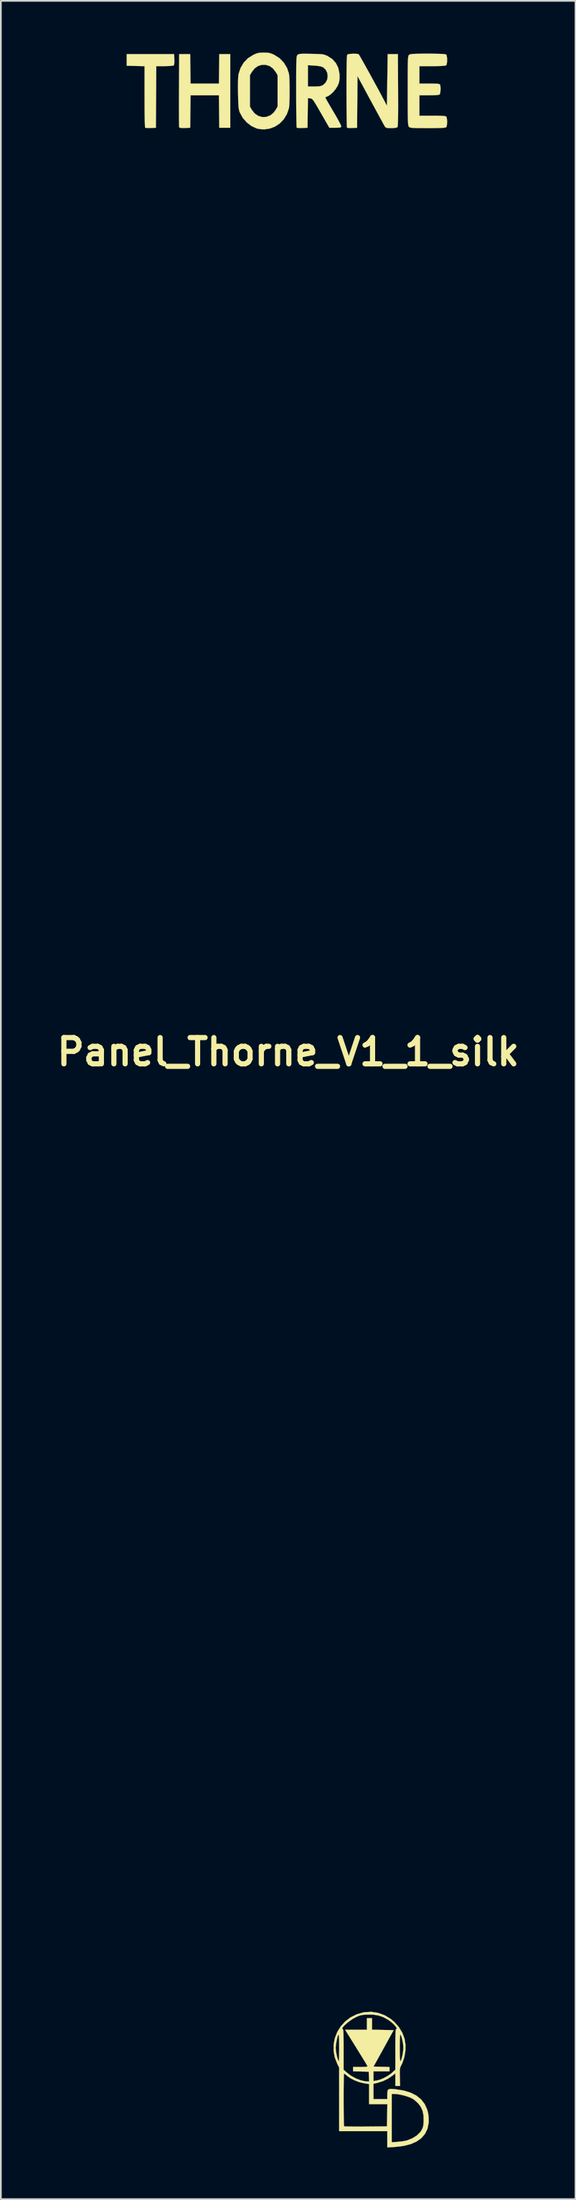
<source format=kicad_pcb>
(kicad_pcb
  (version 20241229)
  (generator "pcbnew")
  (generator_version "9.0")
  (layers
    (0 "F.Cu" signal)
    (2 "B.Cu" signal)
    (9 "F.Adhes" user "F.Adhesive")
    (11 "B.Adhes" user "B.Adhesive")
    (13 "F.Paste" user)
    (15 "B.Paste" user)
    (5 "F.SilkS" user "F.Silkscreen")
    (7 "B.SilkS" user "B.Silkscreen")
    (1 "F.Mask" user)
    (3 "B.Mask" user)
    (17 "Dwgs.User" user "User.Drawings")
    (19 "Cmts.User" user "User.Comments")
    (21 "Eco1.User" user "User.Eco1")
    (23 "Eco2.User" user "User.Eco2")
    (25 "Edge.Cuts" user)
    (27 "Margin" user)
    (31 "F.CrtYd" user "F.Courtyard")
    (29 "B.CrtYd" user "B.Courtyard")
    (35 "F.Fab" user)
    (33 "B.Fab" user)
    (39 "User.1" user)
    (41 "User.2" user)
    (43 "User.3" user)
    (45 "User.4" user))
  (footprint "Panel_Thorne_V1_1_silk"
    (layer "F.Cu")
    (at 13.687 58.023)
    (property "Reference" "Panel_Thorne_V1_1_silk" (at 0 0 0) (layer "F.SilkS") (effects (font (size 1.524 1.524) (thickness 0.3))))
    (attr through_hole)
    (fp_poly (pts (xy -5.671 -56.219) (xy -4.023 -56.219) (xy -4 -57.933) (xy -3.365 -57.933) (xy -3.365 -53.657) (xy -4 -53.657) (xy -4.023 -55.541) (xy -5.671 -55.541) (xy -5.694 -53.657) (xy -6.001 -53.645) (xy -6.179 -53.643) (xy -6.284 -53.656) (xy -6.329 -53.685) (xy -6.33 -53.687) (xy -6.334 -53.739) (xy -6.337 -53.868) (xy -6.34 -54.064) (xy -6.341 -54.32) (xy -6.342 -54.627) (xy -6.343 -54.978) (xy -6.342 -55.363) (xy -6.34 -55.774) (xy -6.34 -55.838) (xy -6.329 -57.933) (xy -5.694 -57.933) (xy -5.671 -56.219)) (stroke (width 0.01) (type solid)) (fill yes) (layer "F.SilkS"))
    (fp_poly (pts (xy -6.613 -57.619) (xy -6.611 -57.433) (xy -6.625 -57.32) (xy -6.655 -57.271) (xy -6.718 -57.257) (xy -6.845 -57.245) (xy -7.018 -57.238) (xy -7.186 -57.235) (xy -7.661 -57.235) (xy -7.672 -55.446) (xy -7.684 -53.657) (xy -7.982 -53.645) (xy -8.134 -53.643) (xy -8.251 -53.649) (xy -8.309 -53.662) (xy -8.31 -53.663) (xy -8.316 -53.71) (xy -8.322 -53.833) (xy -8.327 -54.023) (xy -8.332 -54.271) (xy -8.336 -54.567) (xy -8.338 -54.904) (xy -8.339 -55.271) (xy -8.34 -55.462) (xy -8.34 -57.232) (xy -8.858 -57.244) (xy -9.377 -57.256) (xy -9.377 -57.933) (xy -6.625 -57.933) (xy -6.613 -57.619)) (stroke (width 0.01) (type solid)) (fill yes) (layer "F.SilkS"))
    (fp_poly (pts (xy 3.922 -57.951) (xy 4.04 -57.939) (xy 4.091 -57.922) (xy 4.119 -57.88) (xy 4.183 -57.773) (xy 4.277 -57.609) (xy 4.395 -57.4) (xy 4.533 -57.153) (xy 4.685 -56.878) (xy 4.846 -56.585) (xy 5.011 -56.283) (xy 5.176 -55.981) (xy 5.333 -55.689) (xy 5.479 -55.415) (xy 5.609 -55.17) (xy 5.614 -55.16) (xy 5.736 -54.928) (xy 5.757 -56.43) (xy 5.779 -57.933) (xy 6.371 -57.933) (xy 6.382 -55.842) (xy 6.384 -55.321) (xy 6.385 -54.88) (xy 6.383 -54.515) (xy 6.38 -54.222) (xy 6.374 -53.998) (xy 6.367 -53.838) (xy 6.357 -53.739) (xy 6.346 -53.695) (xy 6.345 -53.694) (xy 6.271 -53.658) (xy 6.122 -53.64) (xy 5.986 -53.636) (xy 5.821 -53.639) (xy 5.72 -53.651) (xy 5.659 -53.679) (xy 5.617 -53.726) (xy 5.614 -53.732) (xy 5.581 -53.789) (xy 5.512 -53.913) (xy 5.413 -54.094) (xy 5.288 -54.322) (xy 5.143 -54.59) (xy 4.981 -54.888) (xy 4.808 -55.208) (xy 4.788 -55.244) (xy 4.023 -56.661) (xy 4.012 -55.159) (xy 4 -53.657) (xy 3.724 -53.645) (xy 3.577 -53.643) (xy 3.466 -53.65) (xy 3.417 -53.663) (xy 3.411 -53.71) (xy 3.405 -53.833) (xy 3.4 -54.025) (xy 3.396 -54.277) (xy 3.392 -54.58) (xy 3.389 -54.927) (xy 3.387 -55.309) (xy 3.387 -55.717) (xy 3.387 -55.773) (xy 3.387 -56.28) (xy 3.389 -56.707) (xy 3.392 -57.06) (xy 3.396 -57.343) (xy 3.402 -57.563) (xy 3.41 -57.724) (xy 3.419 -57.831) (xy 3.43 -57.89) (xy 3.437 -57.904) (xy 3.504 -57.929) (xy 3.626 -57.945) (xy 3.775 -57.953) (xy 3.922 -57.951)) (stroke (width 0.01) (type solid)) (fill yes) (layer "F.SilkS"))
    (fp_poly (pts (xy -1.229 -58.013) (xy -1.087 -57.994) (xy -0.954 -57.952) (xy -0.795 -57.879) (xy -0.493 -57.685) (xy -0.249 -57.43) (xy -0.066 -57.123) (xy 0.041 -56.803) (xy 0.056 -56.69) (xy 0.068 -56.51) (xy 0.076 -56.28) (xy 0.08 -56.019) (xy 0.081 -55.744) (xy 0.079 -55.472) (xy 0.073 -55.22) (xy 0.064 -55.007) (xy 0.051 -54.85) (xy 0.041 -54.788) (xy -0.077 -54.447) (xy -0.257 -54.151) (xy -0.491 -53.906) (xy -0.77 -53.722) (xy -1.084 -53.606) (xy -1.344 -53.568) (xy -1.588 -53.572) (xy -1.8 -53.608) (xy -1.826 -53.615) (xy -2.132 -53.756) (xy -2.407 -53.966) (xy -2.636 -54.23) (xy -2.805 -54.535) (xy -2.813 -54.556) (xy -2.842 -54.637) (xy -2.863 -54.731) (xy -2.88 -54.852) (xy -2.892 -55.011) (xy -2.901 -55.223) (xy -2.908 -55.5) (xy -2.911 -55.657) (xy -2.915 -55.992) (xy -2.913 -56.284) (xy -2.906 -56.522) (xy -2.894 -56.695) (xy -2.892 -56.706) (xy -2.223 -56.706) (xy -2.223 -54.885) (xy -2.106 -54.686) (xy -1.943 -54.482) (xy -1.742 -54.344) (xy -1.516 -54.277) (xy -1.28 -54.284) (xy -1.048 -54.369) (xy -1.031 -54.378) (xy -0.859 -54.518) (xy -0.731 -54.685) (xy -0.614 -54.885) (xy -0.614 -56.706) (xy -0.731 -56.905) (xy -0.894 -57.109) (xy -1.092 -57.245) (xy -1.311 -57.311) (xy -1.537 -57.31) (xy -1.755 -57.24) (xy -1.951 -57.101) (xy -2.105 -56.905) (xy -2.223 -56.706) (xy -2.892 -56.706) (xy -2.883 -56.768) (xy -2.767 -57.126) (xy -2.585 -57.434) (xy -2.341 -57.687) (xy -2.041 -57.879) (xy -1.881 -57.952) (xy -1.748 -57.994) (xy -1.606 -58.013) (xy -1.418 -58.018) (xy -1.229 -58.013)) (stroke (width 0.01) (type solid)) (fill yes) (layer "F.SilkS"))
    (fp_poly (pts (xy 8.466 -57.953) (xy 8.741 -57.948) (xy 8.944 -57.941) (xy 9.081 -57.929) (xy 9.158 -57.914) (xy 9.178 -57.904) (xy 9.206 -57.835) (xy 9.224 -57.711) (xy 9.229 -57.595) (xy 9.221 -57.446) (xy 9.2 -57.332) (xy 9.178 -57.285) (xy 9.124 -57.265) (xy 9.005 -57.25) (xy 8.816 -57.24) (xy 8.551 -57.235) (xy 8.374 -57.235) (xy 7.62 -57.235) (xy 7.62 -56.219) (xy 8.208 -56.219) (xy 8.447 -56.217) (xy 8.615 -56.212) (xy 8.724 -56.203) (xy 8.787 -56.186) (xy 8.817 -56.162) (xy 8.822 -56.152) (xy 8.842 -56.051) (xy 8.848 -55.913) (xy 8.841 -55.77) (xy 8.822 -55.651) (xy 8.797 -55.592) (xy 8.73 -55.568) (xy 8.586 -55.551) (xy 8.362 -55.543) (xy 8.183 -55.541) (xy 7.62 -55.541) (xy 7.62 -54.356) (xy 8.374 -54.356) (xy 8.682 -54.354) (xy 8.912 -54.347) (xy 9.068 -54.335) (xy 9.156 -54.317) (xy 9.178 -54.305) (xy 9.206 -54.237) (xy 9.224 -54.112) (xy 9.229 -53.996) (xy 9.221 -53.847) (xy 9.2 -53.733) (xy 9.178 -53.687) (xy 9.132 -53.67) (xy 9.03 -53.656) (xy 8.866 -53.646) (xy 8.632 -53.64) (xy 8.325 -53.637) (xy 8.105 -53.636) (xy 7.782 -53.637) (xy 7.534 -53.639) (xy 7.349 -53.643) (xy 7.217 -53.65) (xy 7.127 -53.66) (xy 7.069 -53.675) (xy 7.033 -53.695) (xy 7.013 -53.714) (xy 6.996 -53.738) (xy 6.983 -53.777) (xy 6.972 -53.838) (xy 6.963 -53.927) (xy 6.956 -54.053) (xy 6.951 -54.223) (xy 6.947 -54.443) (xy 6.945 -54.722) (xy 6.943 -55.065) (xy 6.943 -55.481) (xy 6.943 -55.803) (xy 6.943 -56.269) (xy 6.943 -56.657) (xy 6.945 -56.976) (xy 6.947 -57.231) (xy 6.951 -57.432) (xy 6.956 -57.584) (xy 6.963 -57.696) (xy 6.973 -57.774) (xy 6.984 -57.826) (xy 6.999 -57.859) (xy 7.016 -57.88) (xy 7.02 -57.884) (xy 7.054 -57.907) (xy 7.106 -57.924) (xy 7.188 -57.936) (xy 7.31 -57.945) (xy 7.481 -57.95) (xy 7.714 -57.953) (xy 8.018 -57.954) (xy 8.112 -57.954) (xy 8.466 -57.953)) (stroke (width 0.01) (type solid)) (fill yes) (layer "F.SilkS"))
    (fp_poly (pts (xy 1.288 -57.948) (xy 1.341 -57.947) (xy 1.605 -57.941) (xy 1.8 -57.934) (xy 1.944 -57.924) (xy 2.052 -57.907) (xy 2.14 -57.882) (xy 2.226 -57.847) (xy 2.296 -57.814) (xy 2.566 -57.638) (xy 2.77 -57.41) (xy 2.907 -57.133) (xy 2.975 -56.808) (xy 2.982 -56.663) (xy 2.978 -56.472) (xy 2.96 -56.329) (xy 2.919 -56.2) (xy 2.866 -56.083) (xy 2.763 -55.914) (xy 2.627 -55.748) (xy 2.479 -55.606) (xy 2.337 -55.505) (xy 2.258 -55.472) (xy 2.182 -55.439) (xy 2.159 -55.409) (xy 2.18 -55.363) (xy 2.238 -55.255) (xy 2.327 -55.097) (xy 2.442 -54.9) (xy 2.574 -54.676) (xy 2.627 -54.586) (xy 2.765 -54.352) (xy 2.885 -54.138) (xy 2.982 -53.958) (xy 3.049 -53.822) (xy 3.081 -53.742) (xy 3.082 -53.73) (xy 3.062 -53.693) (xy 3.01 -53.671) (xy 2.907 -53.66) (xy 2.738 -53.658) (xy 2.73 -53.657) (xy 2.392 -53.657) (xy 1.905 -54.504) (xy 1.749 -54.775) (xy 1.628 -54.982) (xy 1.535 -55.132) (xy 1.465 -55.236) (xy 1.41 -55.303) (xy 1.365 -55.34) (xy 1.322 -55.358) (xy 1.281 -55.364) (xy 1.145 -55.377) (xy 1.133 -54.517) (xy 1.122 -53.657) (xy 0.824 -53.645) (xy 0.672 -53.643) (xy 0.555 -53.649) (xy 0.497 -53.662) (xy 0.496 -53.663) (xy 0.49 -53.71) (xy 0.484 -53.833) (xy 0.479 -54.025) (xy 0.475 -54.276) (xy 0.471 -54.579) (xy 0.468 -54.925) (xy 0.466 -55.306) (xy 0.466 -55.714) (xy 0.466 -55.753) (xy 0.466 -56.049) (xy 1.143 -56.049) (xy 1.513 -56.049) (xy 1.716 -56.054) (xy 1.858 -56.07) (xy 1.962 -56.102) (xy 2.019 -56.132) (xy 2.171 -56.269) (xy 2.263 -56.445) (xy 2.296 -56.642) (xy 2.271 -56.84) (xy 2.186 -57.018) (xy 2.042 -57.158) (xy 2.021 -57.171) (xy 1.878 -57.223) (xy 1.653 -57.257) (xy 1.519 -57.267) (xy 1.143 -57.289) (xy 1.143 -56.049) (xy 0.466 -56.049) (xy 0.466 -56.225) (xy 0.466 -56.619) (xy 0.468 -56.942) (xy 0.47 -57.203) (xy 0.473 -57.408) (xy 0.478 -57.565) (xy 0.485 -57.681) (xy 0.494 -57.762) (xy 0.505 -57.817) (xy 0.519 -57.853) (xy 0.536 -57.877) (xy 0.547 -57.888) (xy 0.586 -57.915) (xy 0.641 -57.934) (xy 0.725 -57.946) (xy 0.852 -57.952) (xy 1.036 -57.952) (xy 1.288 -57.948)) (stroke (width 0.01) (type solid)) (fill yes) (layer "F.SilkS"))
    (fp_poly (pts (xy 5.228 55.791) (xy 5.604 55.929) (xy 5.955 56.139) (xy 6.156 56.307) (xy 6.421 56.606) (xy 6.627 56.946) (xy 6.757 57.293) (xy 6.811 57.634) (xy 6.805 58.002) (xy 6.743 58.368) (xy 6.628 58.702) (xy 6.579 58.801) (xy 6.534 58.89) (xy 6.504 58.971) (xy 6.487 59.066) (xy 6.481 59.193) (xy 6.482 59.373) (xy 6.485 59.513) (xy 6.498 60.029) (xy 6.361 60.029) (xy 6.223 60.029) (xy 6.223 59.302) (xy 6.064 59.425) (xy 5.793 59.61) (xy 5.512 59.747) (xy 5.19 59.849) (xy 5.069 59.878) (xy 4.953 59.903) (xy 4.953 60.791) (xy 5.757 60.791) (xy 5.757 60.518) (xy 5.758 60.494) (xy 6.011 60.494) (xy 6.011 63.3) (xy 6.361 63.276) (xy 6.558 63.256) (xy 6.754 63.226) (xy 6.909 63.191) (xy 6.921 63.187) (xy 7.217 63.067) (xy 7.471 62.907) (xy 7.665 62.719) (xy 7.724 62.636) (xy 7.792 62.514) (xy 7.833 62.4) (xy 7.856 62.263) (xy 7.868 62.079) (xy 7.861 61.747) (xy 7.806 61.473) (xy 7.698 61.238) (xy 7.574 61.072) (xy 7.445 60.943) (xy 7.302 60.824) (xy 7.221 60.769) (xy 7.053 60.691) (xy 6.832 60.615) (xy 6.592 60.552) (xy 6.365 60.509) (xy 6.195 60.494) (xy 6.011 60.494) (xy 5.758 60.494) (xy 5.762 60.368) (xy 5.787 60.271) (xy 5.846 60.22) (xy 5.954 60.203) (xy 6.125 60.211) (xy 6.214 60.22) (xy 6.692 60.295) (xy 7.102 60.417) (xy 7.443 60.589) (xy 7.718 60.811) (xy 7.928 61.083) (xy 8.073 61.407) (xy 8.13 61.63) (xy 8.158 61.866) (xy 8.16 62.116) (xy 8.156 62.177) (xy 8.087 62.517) (xy 7.946 62.81) (xy 7.736 63.057) (xy 7.457 63.257) (xy 7.108 63.409) (xy 6.691 63.514) (xy 6.206 63.571) (xy 6.191 63.572) (xy 5.757 63.597) (xy 5.757 62.653) (xy 2.963 62.653) (xy 2.963 60.726) (xy 3.218 60.726) (xy 3.218 61.037) (xy 3.22 61.341) (xy 3.222 61.627) (xy 3.226 61.882) (xy 3.23 62.095) (xy 3.235 62.255) (xy 3.242 62.35) (xy 3.246 62.372) (xy 3.294 62.379) (xy 3.416 62.384) (xy 3.601 62.388) (xy 3.838 62.391) (xy 4.117 62.391) (xy 4.425 62.39) (xy 4.506 62.389) (xy 5.736 62.378) (xy 5.76 61.087) (xy 4.699 61.087) (xy 4.699 59.92) (xy 4.406 59.874) (xy 4.129 59.808) (xy 3.848 59.701) (xy 3.594 59.568) (xy 3.421 59.442) (xy 3.327 59.364) (xy 3.26 59.316) (xy 3.243 59.309) (xy 3.237 59.349) (xy 3.231 59.463) (xy 3.226 59.638) (xy 3.223 59.864) (xy 3.22 60.128) (xy 3.218 60.419) (xy 3.218 60.726) (xy 2.963 60.726) (xy 2.963 58.968) (xy 2.857 58.758) (xy 2.708 58.377) (xy 2.638 57.992) (xy 2.64 57.807) (xy 2.758 57.807) (xy 2.767 57.961) (xy 2.785 58.081) (xy 2.826 58.287) (xy 2.869 58.45) (xy 2.909 58.555) (xy 2.941 58.589) (xy 2.948 58.549) (xy 2.954 58.437) (xy 2.959 58.267) (xy 2.962 58.052) (xy 2.963 57.804) (xy 2.963 57.798) (xy 2.961 57.49) (xy 2.954 57.265) (xy 2.942 57.122) (xy 2.923 57.059) (xy 2.898 57.076) (xy 2.866 57.171) (xy 2.826 57.342) (xy 2.805 57.445) (xy 2.77 57.648) (xy 2.758 57.807) (xy 2.64 57.807) (xy 2.642 57.609) (xy 2.716 57.239) (xy 2.855 56.89) (xy 2.967 56.711) (xy 3.135 56.711) (xy 3.15 56.719) (xy 3.17 56.731) (xy 3.186 56.764) (xy 3.198 56.828) (xy 3.206 56.93) (xy 3.212 57.081) (xy 3.215 57.289) (xy 3.217 57.564) (xy 3.217 57.912) (xy 3.217 59.09) (xy 3.418 59.267) (xy 3.664 59.449) (xy 3.944 59.601) (xy 4.234 59.71) (xy 4.506 59.767) (xy 4.585 59.772) (xy 4.703 59.775) (xy 4.69 59.489) (xy 4.678 59.203) (xy 4.223 59.191) (xy 3.768 59.179) (xy 3.768 58.928) (xy 4.196 58.928) (xy 4.395 58.926) (xy 4.522 58.918) (xy 4.588 58.902) (xy 4.604 58.878) (xy 4.602 58.872) (xy 4.575 58.823) (xy 4.509 58.712) (xy 4.41 58.548) (xy 4.283 58.342) (xy 4.135 58.102) (xy 3.972 57.839) (xy 3.944 57.793) (xy 3.307 56.769) (xy 4.572 56.769) (xy 4.572 56.092) (xy 4.868 56.092) (xy 4.868 56.767) (xy 6.124 56.79) (xy 5.54 57.849) (xy 4.955 58.907) (xy 5.42 58.919) (xy 5.884 58.931) (xy 5.884 59.182) (xy 4.953 59.182) (xy 4.953 59.743) (xy 5.122 59.721) (xy 5.321 59.67) (xy 5.55 59.575) (xy 5.779 59.449) (xy 5.978 59.31) (xy 6.03 59.265) (xy 6.223 59.087) (xy 6.223 57.91) (xy 6.223 57.827) (xy 6.477 57.827) (xy 6.479 58.134) (xy 6.484 58.36) (xy 6.495 58.507) (xy 6.511 58.58) (xy 6.534 58.582) (xy 6.565 58.515) (xy 6.605 58.384) (xy 6.623 58.316) (xy 6.661 58.122) (xy 6.685 57.909) (xy 6.689 57.805) (xy 6.678 57.635) (xy 6.649 57.448) (xy 6.608 57.27) (xy 6.561 57.127) (xy 6.515 57.046) (xy 6.502 57.072) (xy 6.491 57.175) (xy 6.483 57.347) (xy 6.478 57.58) (xy 6.477 57.827) (xy 6.223 57.827) (xy 6.223 57.56) (xy 6.225 57.286) (xy 6.229 57.078) (xy 6.235 56.927) (xy 6.243 56.826) (xy 6.255 56.763) (xy 6.271 56.73) (xy 6.289 56.719) (xy 6.308 56.685) (xy 6.271 56.612) (xy 6.19 56.512) (xy 6.076 56.399) (xy 5.941 56.285) (xy 5.83 56.205) (xy 5.54 56.041) (xy 5.247 55.938) (xy 4.928 55.89) (xy 4.632 55.887) (xy 4.426 55.897) (xy 4.275 55.914) (xy 4.15 55.945) (xy 4.019 55.996) (xy 3.887 56.06) (xy 3.739 56.143) (xy 3.585 56.248) (xy 3.437 56.362) (xy 3.306 56.477) (xy 3.204 56.58) (xy 3.143 56.662) (xy 3.135 56.711) (xy 2.967 56.711) (xy 3.055 56.57) (xy 3.31 56.289) (xy 3.617 56.054) (xy 3.971 55.876) (xy 4.367 55.761) (xy 4.446 55.748) (xy 4.838 55.729) (xy 5.228 55.791)) (stroke (width 0.01) (type solid)) (fill yes) (layer "F.SilkS")))
  (gr_rect
    (start -3 -3)
    (end 30.374 124.625)
    (stroke (width 0.1) (type default))
    (fill no)
    (layer "Edge.Cuts")))
</source>
